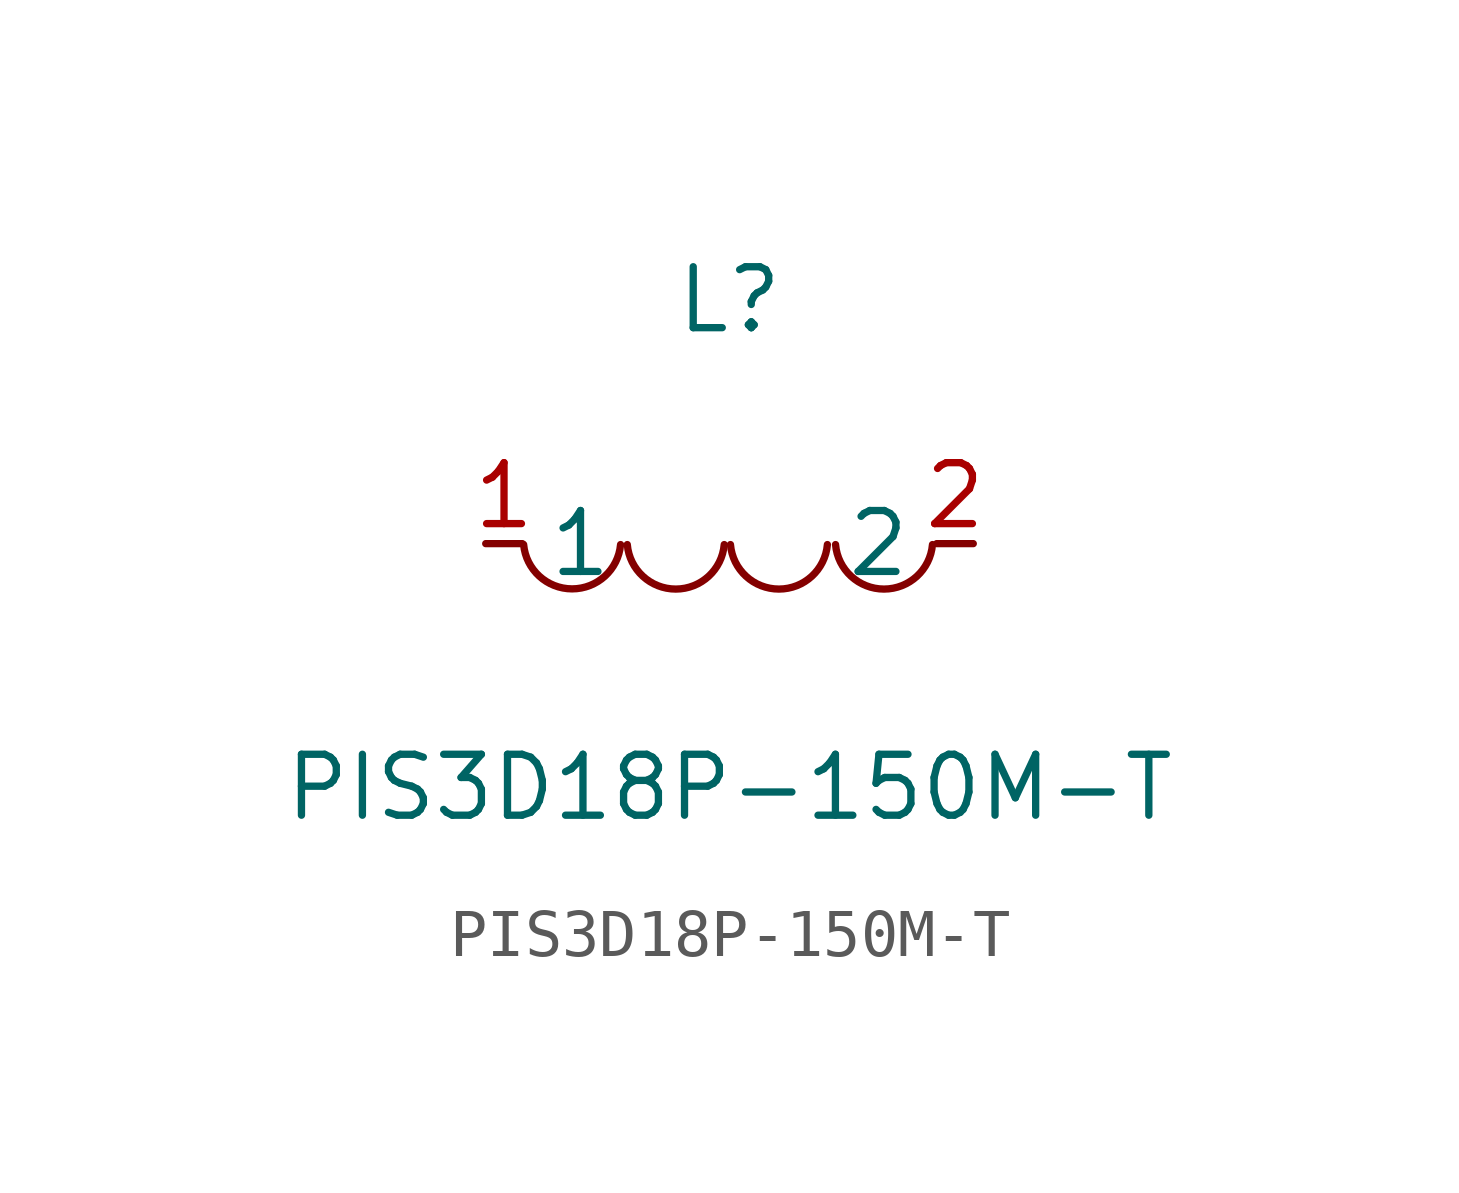
<source format=kicad_sym>
(kicad_symbol_lib
  (version 20211014)
  (generator https://github.com/uPesy/easyeda2kicad.py)
  (symbol "PIS3D18P-150M-T"
    (property "Reference" "L"
      (at 0 5.08 0)
      (effects (font (size 1.27 1.27))))
    (property "Value" "PIS3D18P-150M-T"
      (at 0 -5.08 0)
      (effects (font (size 1.27 1.27))))
    (symbol "PIS3D18P-150M-T_0_1"
      (arc (start -4.29 -0.02) (mid -2.81 -1.01) (end -2.27 -0.02) (stroke (width 0) (type default) (color 0 0 0 0)) (fill (type none)))
      (arc (start -2.13 -0.02) (mid -0.66 -1.01) (end -0.11 -0.02) (stroke (width 0) (type default) (color 0 0 0 0)) (fill (type none)))
      (arc (start 0.02 -0.02) (mid 1.49 -1.01) (end 2.04 -0.02) (stroke (width 0) (type default) (color 0 0 0 0)) (fill (type none)))
      (arc (start 2.21 -0.02) (mid 3.68 -1.01) (end 4.23 -0.02) (stroke (width 0) (type default) (color 0 0 0 0)) (fill (type none)))
      (pin unspecified line (at 5.08 -0.00 180) (length 0.762) (name "2" (effects (font (size 1.27 1.27)))) (number "2" (effects (font (size 1.27 1.27)))))
      (pin unspecified line (at -5.08 -0.00 0) (length 0.762) (name "1" (effects (font (size 1.27 1.27)))) (number "1" (effects (font (size 1.27 1.27))))))))
</source>
